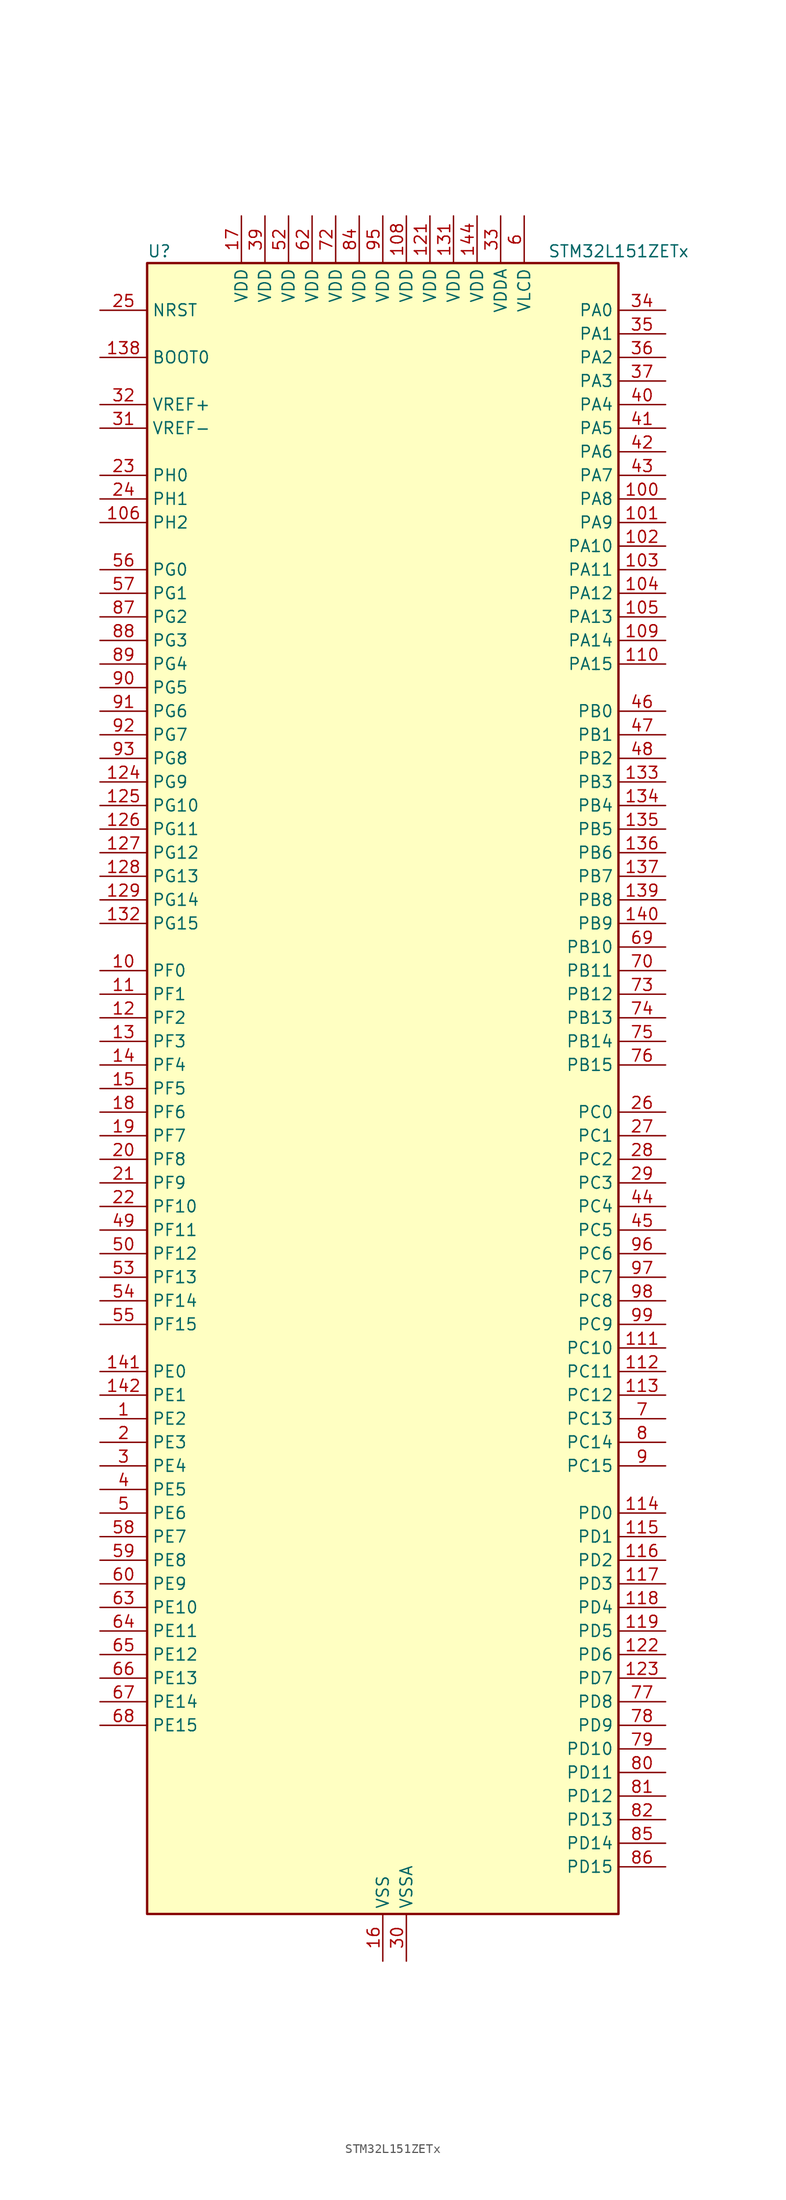
<source format=kicad_sym>
(kicad_symbol_lib
  (version 20241209)
  (generator "kicad_symbol_editor")
  (generator_version "9.0")
  (symbol "STM32L151ZETx"
    (property "Reference" "U"
      (at -25.4 90.17 0)
      (effects (font (size 1.27 1.27)) (justify left)))
    (property "Value" "STM32L151ZETx"
      (at 17.78 90.17 0)
      (effects (font (size 1.27 1.27)) (justify left)))
    (symbol "STM32L151ZETx_0_1"
      (rectangle (start -25.4 -88.9) (end 25.4 88.9) (stroke (width 0.254) (type default)) (fill (type background))))
    (symbol "STM32L151ZETx_1_1"
      (pin input line (at -30.48 83.82 0) (length 5.08) (name "NRST" (effects (font (size 1.27 1.27)))) (number "25" (effects (font (size 1.27 1.27)))))
      (pin input line (at -30.48 78.74 0) (length 5.08) (name "BOOT0" (effects (font (size 1.27 1.27)))) (number "138" (effects (font (size 1.27 1.27)))))
      (pin input line (at -30.48 73.66 0) (length 5.08) (name "VREF+" (effects (font (size 1.27 1.27)))) (number "32" (effects (font (size 1.27 1.27)))))
      (pin input line (at -30.48 71.12 0) (length 5.08) (name "VREF-" (effects (font (size 1.27 1.27)))) (number "31" (effects (font (size 1.27 1.27)))))
      (pin bidirectional line (at -30.48 66.04 0) (length 5.08) (name "PH0" (effects (font (size 1.27 1.27)))) (number "23" (effects (font (size 1.27 1.27)))) (alternate "RCC_OSC_IN" bidirectional line))
      (pin bidirectional line (at -30.48 63.5 0) (length 5.08) (name "PH1" (effects (font (size 1.27 1.27)))) (number "24" (effects (font (size 1.27 1.27)))) (alternate "RCC_OSC_OUT" bidirectional line))
      (pin bidirectional line (at -30.48 60.96 0) (length 5.08) (name "PH2" (effects (font (size 1.27 1.27)))) (number "106" (effects (font (size 1.27 1.27)))))
      (pin bidirectional line (at -30.48 55.88 0) (length 5.08) (name "PG0" (effects (font (size 1.27 1.27)))) (number "56" (effects (font (size 1.27 1.27)))) (alternate "ADC_IN8b" bidirectional line) (alternate "TS_G2_IO4" bidirectional line))
      (pin bidirectional line (at -30.48 53.34 0) (length 5.08) (name "PG1" (effects (font (size 1.27 1.27)))) (number "57" (effects (font (size 1.27 1.27)))) (alternate "ADC_IN9b" bidirectional line) (alternate "TS_G2_IO5" bidirectional line))
      (pin bidirectional line (at -30.48 50.8 0) (length 5.08) (name "PG2" (effects (font (size 1.27 1.27)))) (number "87" (effects (font (size 1.27 1.27)))) (alternate "ADC_IN10b" bidirectional line) (alternate "TS_G7_IO5" bidirectional line))
      (pin bidirectional line (at -30.48 48.26 0) (length 5.08) (name "PG3" (effects (font (size 1.27 1.27)))) (number "88" (effects (font (size 1.27 1.27)))) (alternate "ADC_IN11b" bidirectional line) (alternate "TS_G7_IO6" bidirectional line))
      (pin bidirectional line (at -30.48 45.72 0) (length 5.08) (name "PG4" (effects (font (size 1.27 1.27)))) (number "89" (effects (font (size 1.27 1.27)))) (alternate "ADC_IN12b" bidirectional line) (alternate "TS_G7_IO7" bidirectional line))
      (pin bidirectional line (at -30.48 43.18 0) (length 5.08) (name "PG5" (effects (font (size 1.27 1.27)))) (number "90" (effects (font (size 1.27 1.27)))))
      (pin bidirectional line (at -30.48 40.64 0) (length 5.08) (name "PG6" (effects (font (size 1.27 1.27)))) (number "91" (effects (font (size 1.27 1.27)))))
      (pin bidirectional line (at -30.48 38.1 0) (length 5.08) (name "PG7" (effects (font (size 1.27 1.27)))) (number "92" (effects (font (size 1.27 1.27)))))
      (pin bidirectional line (at -30.48 35.56 0) (length 5.08) (name "PG8" (effects (font (size 1.27 1.27)))) (number "93" (effects (font (size 1.27 1.27)))))
      (pin bidirectional line (at -30.48 33.02 0) (length 5.08) (name "PG9" (effects (font (size 1.27 1.27)))) (number "124" (effects (font (size 1.27 1.27)))) (alternate "DAC_EXTI9" bidirectional line))
      (pin bidirectional line (at -30.48 30.48 0) (length 5.08) (name "PG10" (effects (font (size 1.27 1.27)))) (number "125" (effects (font (size 1.27 1.27)))))
      (pin bidirectional line (at -30.48 27.94 0) (length 5.08) (name "PG11" (effects (font (size 1.27 1.27)))) (number "126" (effects (font (size 1.27 1.27)))) (alternate "ADC_EXTI11" bidirectional line))
      (pin bidirectional line (at -30.48 25.4 0) (length 5.08) (name "PG12" (effects (font (size 1.27 1.27)))) (number "127" (effects (font (size 1.27 1.27)))))
      (pin bidirectional line (at -30.48 22.86 0) (length 5.08) (name "PG13" (effects (font (size 1.27 1.27)))) (number "128" (effects (font (size 1.27 1.27)))))
      (pin bidirectional line (at -30.48 20.32 0) (length 5.08) (name "PG14" (effects (font (size 1.27 1.27)))) (number "129" (effects (font (size 1.27 1.27)))))
      (pin bidirectional line (at -30.48 17.78 0) (length 5.08) (name "PG15" (effects (font (size 1.27 1.27)))) (number "132" (effects (font (size 1.27 1.27)))) (alternate "ADC_EXTI15" bidirectional line))
      (pin bidirectional line (at -30.48 12.7 0) (length 5.08) (name "PF0" (effects (font (size 1.27 1.27)))) (number "10" (effects (font (size 1.27 1.27)))))
      (pin bidirectional line (at -30.48 10.16 0) (length 5.08) (name "PF1" (effects (font (size 1.27 1.27)))) (number "11" (effects (font (size 1.27 1.27)))))
      (pin bidirectional line (at -30.48 7.62 0) (length 5.08) (name "PF2" (effects (font (size 1.27 1.27)))) (number "12" (effects (font (size 1.27 1.27)))))
      (pin bidirectional line (at -30.48 5.08 0) (length 5.08) (name "PF3" (effects (font (size 1.27 1.27)))) (number "13" (effects (font (size 1.27 1.27)))))
      (pin bidirectional line (at -30.48 2.54 0) (length 5.08) (name "PF4" (effects (font (size 1.27 1.27)))) (number "14" (effects (font (size 1.27 1.27)))))
      (pin bidirectional line (at -30.48 0 0) (length 5.08) (name "PF5" (effects (font (size 1.27 1.27)))) (number "15" (effects (font (size 1.27 1.27)))))
      (pin bidirectional line (at -30.48 -2.54 0) (length 5.08) (name "PF6" (effects (font (size 1.27 1.27)))) (number "18" (effects (font (size 1.27 1.27)))) (alternate "ADC_IN27" bidirectional line) (alternate "TIM5_CH1" bidirectional line) (alternate "TIM5_ETR" bidirectional line) (alternate "TS_G11_IO1" bidirectional line))
      (pin bidirectional line (at -30.48 -5.08 0) (length 5.08) (name "PF7" (effects (font (size 1.27 1.27)))) (number "19" (effects (font (size 1.27 1.27)))) (alternate "ADC_IN28" bidirectional line) (alternate "COMP1_INP" bidirectional line) (alternate "TIM5_CH2" bidirectional line) (alternate "TS_G11_IO2" bidirectional line))
      (pin bidirectional line (at -30.48 -7.62 0) (length 5.08) (name "PF8" (effects (font (size 1.27 1.27)))) (number "20" (effects (font (size 1.27 1.27)))) (alternate "ADC_IN29" bidirectional line) (alternate "COMP1_INP" bidirectional line) (alternate "TIM5_CH3" bidirectional line) (alternate "TS_G11_IO3" bidirectional line))
      (pin bidirectional line (at -30.48 -10.16 0) (length 5.08) (name "PF9" (effects (font (size 1.27 1.27)))) (number "21" (effects (font (size 1.27 1.27)))) (alternate "ADC_IN30" bidirectional line) (alternate "COMP1_INP" bidirectional line) (alternate "DAC_EXTI9" bidirectional line) (alternate "TIM5_CH4" bidirectional line) (alternate "TS_G11_IO4" bidirectional line))
      (pin bidirectional line (at -30.48 -12.7 0) (length 5.08) (name "PF10" (effects (font (size 1.27 1.27)))) (number "22" (effects (font (size 1.27 1.27)))) (alternate "ADC_IN31" bidirectional line) (alternate "COMP1_INP" bidirectional line) (alternate "TS_G11_IO5" bidirectional line))
      (pin bidirectional line (at -30.48 -15.24 0) (length 5.08) (name "PF11" (effects (font (size 1.27 1.27)))) (number "49" (effects (font (size 1.27 1.27)))) (alternate "ADC_EXTI11" bidirectional line) (alternate "ADC_IN1b" bidirectional line) (alternate "TS_G3_IO4" bidirectional line))
      (pin bidirectional line (at -30.48 -17.78 0) (length 5.08) (name "PF12" (effects (font (size 1.27 1.27)))) (number "50" (effects (font (size 1.27 1.27)))) (alternate "ADC_IN2b" bidirectional line) (alternate "TS_G3_IO5" bidirectional line))
      (pin bidirectional line (at -30.48 -20.32 0) (length 5.08) (name "PF13" (effects (font (size 1.27 1.27)))) (number "53" (effects (font (size 1.27 1.27)))) (alternate "ADC_IN3b" bidirectional line) (alternate "TS_G9_IO3" bidirectional line))
      (pin bidirectional line (at -30.48 -22.86 0) (length 5.08) (name "PF14" (effects (font (size 1.27 1.27)))) (number "54" (effects (font (size 1.27 1.27)))) (alternate "ADC_IN6b" bidirectional line) (alternate "TS_G9_IO4" bidirectional line))
      (pin bidirectional line (at -30.48 -25.4 0) (length 5.08) (name "PF15" (effects (font (size 1.27 1.27)))) (number "55" (effects (font (size 1.27 1.27)))) (alternate "ADC_EXTI15" bidirectional line) (alternate "ADC_IN7b" bidirectional line) (alternate "TS_G2_IO3" bidirectional line))
      (pin bidirectional line (at -30.48 -30.48 0) (length 5.08) (name "PE0" (effects (font (size 1.27 1.27)))) (number "141" (effects (font (size 1.27 1.27)))) (alternate "TIM10_CH1" bidirectional line) (alternate "TIM4_ETR" bidirectional line) (alternate "TIMX_IC1" bidirectional line))
      (pin bidirectional line (at -30.48 -33.02 0) (length 5.08) (name "PE1" (effects (font (size 1.27 1.27)))) (number "142" (effects (font (size 1.27 1.27)))) (alternate "TIM11_CH1" bidirectional line) (alternate "TIMX_IC2" bidirectional line))
      (pin bidirectional line (at -30.48 -35.56 0) (length 5.08) (name "PE2" (effects (font (size 1.27 1.27)))) (number "1" (effects (font (size 1.27 1.27)))) (alternate "SYS_TRACECK" bidirectional line) (alternate "TIM3_ETR" bidirectional line) (alternate "TIMX_IC3" bidirectional line))
      (pin bidirectional line (at -30.48 -38.1 0) (length 5.08) (name "PE3" (effects (font (size 1.27 1.27)))) (number "2" (effects (font (size 1.27 1.27)))) (alternate "SYS_TRACED0" bidirectional line) (alternate "TIM3_CH1" bidirectional line) (alternate "TIMX_IC4" bidirectional line))
      (pin bidirectional line (at -30.48 -40.64 0) (length 5.08) (name "PE4" (effects (font (size 1.27 1.27)))) (number "3" (effects (font (size 1.27 1.27)))) (alternate "SYS_TRACED1" bidirectional line) (alternate "TIM3_CH2" bidirectional line) (alternate "TIMX_IC1" bidirectional line))
      (pin bidirectional line (at -30.48 -43.18 0) (length 5.08) (name "PE5" (effects (font (size 1.27 1.27)))) (number "4" (effects (font (size 1.27 1.27)))) (alternate "SYS_TRACED2" bidirectional line) (alternate "TIM9_CH1" bidirectional line) (alternate "TIMX_IC2" bidirectional line))
      (pin bidirectional line (at -30.48 -45.72 0) (length 5.08) (name "PE6" (effects (font (size 1.27 1.27)))) (number "5" (effects (font (size 1.27 1.27)))) (alternate "RTC_TAMP3" bidirectional line) (alternate "SYS_TRACED3" bidirectional line) (alternate "SYS_WKUP3" bidirectional line) (alternate "TIM9_CH2" bidirectional line) (alternate "TIMX_IC3" bidirectional line))
      (pin bidirectional line (at -30.48 -48.26 0) (length 5.08) (name "PE7" (effects (font (size 1.27 1.27)))) (number "58" (effects (font (size 1.27 1.27)))) (alternate "ADC_IN22" bidirectional line) (alternate "COMP1_INP" bidirectional line) (alternate "TIMX_IC4" bidirectional line))
      (pin bidirectional line (at -30.48 -50.8 0) (length 5.08) (name "PE8" (effects (font (size 1.27 1.27)))) (number "59" (effects (font (size 1.27 1.27)))) (alternate "ADC_IN23" bidirectional line) (alternate "COMP1_INP" bidirectional line) (alternate "TIMX_IC1" bidirectional line))
      (pin bidirectional line (at -30.48 -53.34 0) (length 5.08) (name "PE9" (effects (font (size 1.27 1.27)))) (number "60" (effects (font (size 1.27 1.27)))) (alternate "ADC_IN24" bidirectional line) (alternate "COMP1_INP" bidirectional line) (alternate "DAC_EXTI9" bidirectional line) (alternate "TIM2_CH1" bidirectional line) (alternate "TIM2_ETR" bidirectional line) (alternate "TIMX_IC2" bidirectional line))
      (pin bidirectional line (at -30.48 -55.88 0) (length 5.08) (name "PE10" (effects (font (size 1.27 1.27)))) (number "63" (effects (font (size 1.27 1.27)))) (alternate "ADC_IN25" bidirectional line) (alternate "COMP1_INP" bidirectional line) (alternate "TIM2_CH2" bidirectional line) (alternate "TIMX_IC3" bidirectional line))
      (pin bidirectional line (at -30.48 -58.42 0) (length 5.08) (name "PE11" (effects (font (size 1.27 1.27)))) (number "64" (effects (font (size 1.27 1.27)))) (alternate "ADC_EXTI11" bidirectional line) (alternate "TIM2_CH3" bidirectional line) (alternate "TIMX_IC4" bidirectional line))
      (pin bidirectional line (at -30.48 -60.96 0) (length 5.08) (name "PE12" (effects (font (size 1.27 1.27)))) (number "65" (effects (font (size 1.27 1.27)))) (alternate "SPI1_NSS" bidirectional line) (alternate "TIM2_CH4" bidirectional line) (alternate "TIMX_IC1" bidirectional line))
      (pin bidirectional line (at -30.48 -63.5 0) (length 5.08) (name "PE13" (effects (font (size 1.27 1.27)))) (number "66" (effects (font (size 1.27 1.27)))) (alternate "SPI1_SCK" bidirectional line) (alternate "TIMX_IC2" bidirectional line))
      (pin bidirectional line (at -30.48 -66.04 0) (length 5.08) (name "PE14" (effects (font (size 1.27 1.27)))) (number "67" (effects (font (size 1.27 1.27)))) (alternate "SPI1_MISO" bidirectional line) (alternate "TIMX_IC3" bidirectional line))
      (pin bidirectional line (at -30.48 -68.58 0) (length 5.08) (name "PE15" (effects (font (size 1.27 1.27)))) (number "68" (effects (font (size 1.27 1.27)))) (alternate "ADC_EXTI15" bidirectional line) (alternate "SPI1_MOSI" bidirectional line) (alternate "TIMX_IC4" bidirectional line))
      (pin power_in line (at -15.24 93.98 270) (length 5.08) (name "VDD" (effects (font (size 1.27 1.27)))) (number "17" (effects (font (size 1.27 1.27)))))
      (pin power_in line (at -12.7 93.98 270) (length 5.08) (name "VDD" (effects (font (size 1.27 1.27)))) (number "39" (effects (font (size 1.27 1.27)))))
      (pin power_in line (at -10.16 93.98 270) (length 5.08) (name "VDD" (effects (font (size 1.27 1.27)))) (number "52" (effects (font (size 1.27 1.27)))))
      (pin power_in line (at -7.62 93.98 270) (length 5.08) (name "VDD" (effects (font (size 1.27 1.27)))) (number "62" (effects (font (size 1.27 1.27)))))
      (pin power_in line (at -5.08 93.98 270) (length 5.08) (name "VDD" (effects (font (size 1.27 1.27)))) (number "72" (effects (font (size 1.27 1.27)))))
      (pin power_in line (at -2.54 93.98 270) (length 5.08) (name "VDD" (effects (font (size 1.27 1.27)))) (number "84" (effects (font (size 1.27 1.27)))))
      (pin power_in line (at 0 93.98 270) (length 5.08) (name "VDD" (effects (font (size 1.27 1.27)))) (number "95" (effects (font (size 1.27 1.27)))))
      (pin passive line (at 0 -93.98 90) (length 5.08) (hide yes) (name "VSS" (effects (font (size 1.27 1.27)))) (number "107" (effects (font (size 1.27 1.27)))))
      (pin passive line (at 0 -93.98 90) (length 5.08) (hide yes) (name "VSS" (effects (font (size 1.27 1.27)))) (number "120" (effects (font (size 1.27 1.27)))))
      (pin passive line (at 0 -93.98 90) (length 5.08) (hide yes) (name "VSS" (effects (font (size 1.27 1.27)))) (number "130" (effects (font (size 1.27 1.27)))))
      (pin passive line (at 0 -93.98 90) (length 5.08) (hide yes) (name "VSS" (effects (font (size 1.27 1.27)))) (number "143" (effects (font (size 1.27 1.27)))))
      (pin power_in line (at 0 -93.98 90) (length 5.08) (name "VSS" (effects (font (size 1.27 1.27)))) (number "16" (effects (font (size 1.27 1.27)))))
      (pin passive line (at 0 -93.98 90) (length 5.08) (hide yes) (name "VSS" (effects (font (size 1.27 1.27)))) (number "38" (effects (font (size 1.27 1.27)))))
      (pin passive line (at 0 -93.98 90) (length 5.08) (hide yes) (name "VSS" (effects (font (size 1.27 1.27)))) (number "51" (effects (font (size 1.27 1.27)))))
      (pin passive line (at 0 -93.98 90) (length 5.08) (hide yes) (name "VSS" (effects (font (size 1.27 1.27)))) (number "61" (effects (font (size 1.27 1.27)))))
      (pin passive line (at 0 -93.98 90) (length 5.08) (hide yes) (name "VSS" (effects (font (size 1.27 1.27)))) (number "71" (effects (font (size 1.27 1.27)))))
      (pin passive line (at 0 -93.98 90) (length 5.08) (hide yes) (name "VSS" (effects (font (size 1.27 1.27)))) (number "83" (effects (font (size 1.27 1.27)))))
      (pin passive line (at 0 -93.98 90) (length 5.08) (hide yes) (name "VSS" (effects (font (size 1.27 1.27)))) (number "94" (effects (font (size 1.27 1.27)))))
      (pin power_in line (at 2.54 93.98 270) (length 5.08) (name "VDD" (effects (font (size 1.27 1.27)))) (number "108" (effects (font (size 1.27 1.27)))))
      (pin power_in line (at 2.54 -93.98 90) (length 5.08) (name "VSSA" (effects (font (size 1.27 1.27)))) (number "30" (effects (font (size 1.27 1.27)))))
      (pin power_in line (at 5.08 93.98 270) (length 5.08) (name "VDD" (effects (font (size 1.27 1.27)))) (number "121" (effects (font (size 1.27 1.27)))))
      (pin power_in line (at 7.62 93.98 270) (length 5.08) (name "VDD" (effects (font (size 1.27 1.27)))) (number "131" (effects (font (size 1.27 1.27)))))
      (pin power_in line (at 10.16 93.98 270) (length 5.08) (name "VDD" (effects (font (size 1.27 1.27)))) (number "144" (effects (font (size 1.27 1.27)))))
      (pin power_in line (at 12.7 93.98 270) (length 5.08) (name "VDDA" (effects (font (size 1.27 1.27)))) (number "33" (effects (font (size 1.27 1.27)))))
      (pin power_in line (at 15.24 93.98 270) (length 5.08) (name "VLCD" (effects (font (size 1.27 1.27)))) (number "6" (effects (font (size 1.27 1.27)))))
      (pin bidirectional line (at 30.48 83.82 180) (length 5.08) (name "PA0" (effects (font (size 1.27 1.27)))) (number "34" (effects (font (size 1.27 1.27)))) (alternate "ADC_IN0" bidirectional line) (alternate "COMP1_INP" bidirectional line) (alternate "RTC_TAMP2" bidirectional line) (alternate "SYS_WKUP1" bidirectional line) (alternate "TIM2_CH1" bidirectional line) (alternate "TIM2_ETR" bidirectional line) (alternate "TIM5_CH1" bidirectional line) (alternate "TIMX_IC1" bidirectional line) (alternate "TS_G1_IO1" bidirectional line) (alternate "USART2_CTS" bidirectional line))
      (pin bidirectional line (at 30.48 81.28 180) (length 5.08) (name "PA1" (effects (font (size 1.27 1.27)))) (number "35" (effects (font (size 1.27 1.27)))) (alternate "ADC_IN1" bidirectional line) (alternate "COMP1_INP" bidirectional line) (alternate "OPAMP1_VINP" bidirectional line) (alternate "TIM2_CH2" bidirectional line) (alternate "TIM5_CH2" bidirectional line) (alternate "TIMX_IC2" bidirectional line) (alternate "TS_G1_IO2" bidirectional line) (alternate "USART2_RTS" bidirectional line))
      (pin bidirectional line (at 30.48 78.74 180) (length 5.08) (name "PA2" (effects (font (size 1.27 1.27)))) (number "36" (effects (font (size 1.27 1.27)))) (alternate "ADC_IN2" bidirectional line) (alternate "COMP1_INP" bidirectional line) (alternate "OPAMP1_VINM" bidirectional line) (alternate "TIM2_CH3" bidirectional line) (alternate "TIM5_CH3" bidirectional line) (alternate "TIM9_CH1" bidirectional line) (alternate "TIMX_IC3" bidirectional line) (alternate "TS_G1_IO3" bidirectional line) (alternate "USART2_TX" bidirectional line))
      (pin bidirectional line (at 30.48 76.2 180) (length 5.08) (name "PA3" (effects (font (size 1.27 1.27)))) (number "37" (effects (font (size 1.27 1.27)))) (alternate "ADC_IN3" bidirectional line) (alternate "COMP1_INP" bidirectional line) (alternate "OPAMP1_VOUT" bidirectional line) (alternate "TIM2_CH4" bidirectional line) (alternate "TIM5_CH4" bidirectional line) (alternate "TIM9_CH2" bidirectional line) (alternate "TIMX_IC4" bidirectional line) (alternate "TS_G1_IO4" bidirectional line) (alternate "USART2_RX" bidirectional line))
      (pin bidirectional line (at 30.48 73.66 180) (length 5.08) (name "PA4" (effects (font (size 1.27 1.27)))) (number "40" (effects (font (size 1.27 1.27)))) (alternate "ADC_IN4" bidirectional line) (alternate "COMP1_INP" bidirectional line) (alternate "DAC_OUT1" bidirectional line) (alternate "I2S3_WS" bidirectional line) (alternate "SPI1_NSS" bidirectional line) (alternate "SPI3_NSS" bidirectional line) (alternate "TIMX_IC1" bidirectional line) (alternate "USART2_CK" bidirectional line))
      (pin bidirectional line (at 30.48 71.12 180) (length 5.08) (name "PA5" (effects (font (size 1.27 1.27)))) (number "41" (effects (font (size 1.27 1.27)))) (alternate "ADC_IN5" bidirectional line) (alternate "COMP1_INP" bidirectional line) (alternate "DAC_OUT2" bidirectional line) (alternate "SPI1_SCK" bidirectional line) (alternate "TIM2_CH1" bidirectional line) (alternate "TIM2_ETR" bidirectional line) (alternate "TIMX_IC2" bidirectional line))
      (pin bidirectional line (at 30.48 68.58 180) (length 5.08) (name "PA6" (effects (font (size 1.27 1.27)))) (number "42" (effects (font (size 1.27 1.27)))) (alternate "ADC_IN6" bidirectional line) (alternate "COMP1_INP" bidirectional line) (alternate "OPAMP2_VINP" bidirectional line) (alternate "SPI1_MISO" bidirectional line) (alternate "TIM10_CH1" bidirectional line) (alternate "TIM3_CH1" bidirectional line) (alternate "TIMX_IC3" bidirectional line) (alternate "TS_G2_IO1" bidirectional line))
      (pin bidirectional line (at 30.48 66.04 180) (length 5.08) (name "PA7" (effects (font (size 1.27 1.27)))) (number "43" (effects (font (size 1.27 1.27)))) (alternate "ADC_IN7" bidirectional line) (alternate "COMP1_INP" bidirectional line) (alternate "OPAMP2_VINM" bidirectional line) (alternate "SPI1_MOSI" bidirectional line) (alternate "TIM11_CH1" bidirectional line) (alternate "TIM3_CH2" bidirectional line) (alternate "TIMX_IC4" bidirectional line) (alternate "TS_G2_IO2" bidirectional line))
      (pin bidirectional line (at 30.48 63.5 180) (length 5.08) (name "PA8" (effects (font (size 1.27 1.27)))) (number "100" (effects (font (size 1.27 1.27)))) (alternate "RCC_MCO" bidirectional line) (alternate "TIMX_IC1" bidirectional line) (alternate "TS_G4_IO1" bidirectional line) (alternate "USART1_CK" bidirectional line))
      (pin bidirectional line (at 30.48 60.96 180) (length 5.08) (name "PA9" (effects (font (size 1.27 1.27)))) (number "101" (effects (font (size 1.27 1.27)))) (alternate "DAC_EXTI9" bidirectional line) (alternate "TIMX_IC2" bidirectional line) (alternate "TS_G4_IO2" bidirectional line) (alternate "USART1_TX" bidirectional line))
      (pin bidirectional line (at 30.48 58.42 180) (length 5.08) (name "PA10" (effects (font (size 1.27 1.27)))) (number "102" (effects (font (size 1.27 1.27)))) (alternate "TIMX_IC3" bidirectional line) (alternate "TS_G4_IO3" bidirectional line) (alternate "USART1_RX" bidirectional line))
      (pin bidirectional line (at 30.48 55.88 180) (length 5.08) (name "PA11" (effects (font (size 1.27 1.27)))) (number "103" (effects (font (size 1.27 1.27)))) (alternate "ADC_EXTI11" bidirectional line) (alternate "SPI1_MISO" bidirectional line) (alternate "TIMX_IC4" bidirectional line) (alternate "USART1_CTS" bidirectional line) (alternate "USB_DM" bidirectional line))
      (pin bidirectional line (at 30.48 53.34 180) (length 5.08) (name "PA12" (effects (font (size 1.27 1.27)))) (number "104" (effects (font (size 1.27 1.27)))) (alternate "SPI1_MOSI" bidirectional line) (alternate "TIMX_IC1" bidirectional line) (alternate "USART1_RTS" bidirectional line) (alternate "USB_DP" bidirectional line))
      (pin bidirectional line (at 30.48 50.8 180) (length 5.08) (name "PA13" (effects (font (size 1.27 1.27)))) (number "105" (effects (font (size 1.27 1.27)))) (alternate "SYS_JTMS-SWDIO" bidirectional line) (alternate "TIMX_IC2" bidirectional line) (alternate "TS_G5_IO1" bidirectional line))
      (pin bidirectional line (at 30.48 48.26 180) (length 5.08) (name "PA14" (effects (font (size 1.27 1.27)))) (number "109" (effects (font (size 1.27 1.27)))) (alternate "SYS_JTCK-SWCLK" bidirectional line) (alternate "TIMX_IC3" bidirectional line) (alternate "TS_G5_IO2" bidirectional line))
      (pin bidirectional line (at 30.48 45.72 180) (length 5.08) (name "PA15" (effects (font (size 1.27 1.27)))) (number "110" (effects (font (size 1.27 1.27)))) (alternate "ADC_EXTI15" bidirectional line) (alternate "I2S3_WS" bidirectional line) (alternate "SPI1_NSS" bidirectional line) (alternate "SPI3_NSS" bidirectional line) (alternate "SYS_JTDI" bidirectional line) (alternate "TIM2_CH1" bidirectional line) (alternate "TIM2_ETR" bidirectional line) (alternate "TIMX_IC4" bidirectional line) (alternate "TS_G5_IO3" bidirectional line))
      (pin bidirectional line (at 30.48 40.64 180) (length 5.08) (name "PB0" (effects (font (size 1.27 1.27)))) (number "46" (effects (font (size 1.27 1.27)))) (alternate "ADC_IN8" bidirectional line) (alternate "COMP1_INP" bidirectional line) (alternate "OPAMP2_VOUT" bidirectional line) (alternate "SYS_V_REF_OUT" bidirectional line) (alternate "TIM3_CH3" bidirectional line) (alternate "TS_G3_IO1" bidirectional line))
      (pin bidirectional line (at 30.48 38.1 180) (length 5.08) (name "PB1" (effects (font (size 1.27 1.27)))) (number "47" (effects (font (size 1.27 1.27)))) (alternate "ADC_IN9" bidirectional line) (alternate "COMP1_INP" bidirectional line) (alternate "SYS_V_REF_OUT" bidirectional line) (alternate "TIM3_CH4" bidirectional line) (alternate "TS_G3_IO2" bidirectional line))
      (pin bidirectional line (at 30.48 35.56 180) (length 5.08) (name "PB2" (effects (font (size 1.27 1.27)))) (number "48" (effects (font (size 1.27 1.27)))) (alternate "ADC_IN0b" bidirectional line) (alternate "TS_G3_IO3" bidirectional line))
      (pin bidirectional line (at 30.48 33.02 180) (length 5.08) (name "PB3" (effects (font (size 1.27 1.27)))) (number "133" (effects (font (size 1.27 1.27)))) (alternate "COMP2_INM" bidirectional line) (alternate "I2S3_CK" bidirectional line) (alternate "SPI1_SCK" bidirectional line) (alternate "SPI3_SCK" bidirectional line) (alternate "SYS_JTDO-TRACESWO" bidirectional line) (alternate "TIM2_CH2" bidirectional line))
      (pin bidirectional line (at 30.48 30.48 180) (length 5.08) (name "PB4" (effects (font (size 1.27 1.27)))) (number "134" (effects (font (size 1.27 1.27)))) (alternate "COMP2_INP" bidirectional line) (alternate "SPI1_MISO" bidirectional line) (alternate "SPI3_MISO" bidirectional line) (alternate "SYS_JTRST" bidirectional line) (alternate "TIM3_CH1" bidirectional line) (alternate "TS_G6_IO1" bidirectional line))
      (pin bidirectional line (at 30.48 27.94 180) (length 5.08) (name "PB5" (effects (font (size 1.27 1.27)))) (number "135" (effects (font (size 1.27 1.27)))) (alternate "COMP2_INP" bidirectional line) (alternate "I2C1_SMBA" bidirectional line) (alternate "I2S3_SD" bidirectional line) (alternate "SPI1_MOSI" bidirectional line) (alternate "SPI3_MOSI" bidirectional line) (alternate "TIM3_CH2" bidirectional line) (alternate "TS_G6_IO2" bidirectional line))
      (pin bidirectional line (at 30.48 25.4 180) (length 5.08) (name "PB6" (effects (font (size 1.27 1.27)))) (number "136" (effects (font (size 1.27 1.27)))) (alternate "COMP2_INP" bidirectional line) (alternate "I2C1_SCL" bidirectional line) (alternate "TIM4_CH1" bidirectional line) (alternate "TS_G6_IO3" bidirectional line) (alternate "USART1_TX" bidirectional line))
      (pin bidirectional line (at 30.48 22.86 180) (length 5.08) (name "PB7" (effects (font (size 1.27 1.27)))) (number "137" (effects (font (size 1.27 1.27)))) (alternate "COMP2_INP" bidirectional line) (alternate "I2C1_SDA" bidirectional line) (alternate "SYS_PVD_IN" bidirectional line) (alternate "TIM4_CH2" bidirectional line) (alternate "TS_G6_IO4" bidirectional line) (alternate "USART1_RX" bidirectional line))
      (pin bidirectional line (at 30.48 20.32 180) (length 5.08) (name "PB8" (effects (font (size 1.27 1.27)))) (number "139" (effects (font (size 1.27 1.27)))) (alternate "I2C1_SCL" bidirectional line) (alternate "TIM10_CH1" bidirectional line) (alternate "TIM4_CH3" bidirectional line))
      (pin bidirectional line (at 30.48 17.78 180) (length 5.08) (name "PB9" (effects (font (size 1.27 1.27)))) (number "140" (effects (font (size 1.27 1.27)))) (alternate "DAC_EXTI9" bidirectional line) (alternate "I2C1_SDA" bidirectional line) (alternate "TIM11_CH1" bidirectional line) (alternate "TIM4_CH4" bidirectional line))
      (pin bidirectional line (at 30.48 15.24 180) (length 5.08) (name "PB10" (effects (font (size 1.27 1.27)))) (number "69" (effects (font (size 1.27 1.27)))) (alternate "I2C2_SCL" bidirectional line) (alternate "TIM2_CH3" bidirectional line) (alternate "USART3_TX" bidirectional line))
      (pin bidirectional line (at 30.48 12.7 180) (length 5.08) (name "PB11" (effects (font (size 1.27 1.27)))) (number "70" (effects (font (size 1.27 1.27)))) (alternate "ADC_EXTI11" bidirectional line) (alternate "I2C2_SDA" bidirectional line) (alternate "TIM2_CH4" bidirectional line) (alternate "USART3_RX" bidirectional line))
      (pin bidirectional line (at 30.48 10.16 180) (length 5.08) (name "PB12" (effects (font (size 1.27 1.27)))) (number "73" (effects (font (size 1.27 1.27)))) (alternate "ADC_IN18" bidirectional line) (alternate "COMP1_INP" bidirectional line) (alternate "I2C2_SMBA" bidirectional line) (alternate "I2S2_WS" bidirectional line) (alternate "SPI2_NSS" bidirectional line) (alternate "TIM10_CH1" bidirectional line) (alternate "TS_G7_IO1" bidirectional line) (alternate "USART3_CK" bidirectional line))
      (pin bidirectional line (at 30.48 7.62 180) (length 5.08) (name "PB13" (effects (font (size 1.27 1.27)))) (number "74" (effects (font (size 1.27 1.27)))) (alternate "ADC_IN19" bidirectional line) (alternate "COMP1_INP" bidirectional line) (alternate "I2S2_CK" bidirectional line) (alternate "SPI2_SCK" bidirectional line) (alternate "TIM9_CH1" bidirectional line) (alternate "TS_G7_IO2" bidirectional line) (alternate "USART3_CTS" bidirectional line))
      (pin bidirectional line (at 30.48 5.08 180) (length 5.08) (name "PB14" (effects (font (size 1.27 1.27)))) (number "75" (effects (font (size 1.27 1.27)))) (alternate "ADC_IN20" bidirectional line) (alternate "COMP1_INP" bidirectional line) (alternate "SPI2_MISO" bidirectional line) (alternate "TIM9_CH2" bidirectional line) (alternate "TS_G7_IO3" bidirectional line) (alternate "USART3_RTS" bidirectional line))
      (pin bidirectional line (at 30.48 2.54 180) (length 5.08) (name "PB15" (effects (font (size 1.27 1.27)))) (number "76" (effects (font (size 1.27 1.27)))) (alternate "ADC_EXTI15" bidirectional line) (alternate "ADC_IN21" bidirectional line) (alternate "COMP1_INP" bidirectional line) (alternate "I2S2_SD" bidirectional line) (alternate "RTC_REFIN" bidirectional line) (alternate "SPI2_MOSI" bidirectional line) (alternate "TIM11_CH1" bidirectional line) (alternate "TS_G7_IO4" bidirectional line))
      (pin bidirectional line (at 30.48 -2.54 180) (length 5.08) (name "PC0" (effects (font (size 1.27 1.27)))) (number "26" (effects (font (size 1.27 1.27)))) (alternate "ADC_IN10" bidirectional line) (alternate "COMP1_INP" bidirectional line) (alternate "TIMX_IC1" bidirectional line) (alternate "TS_G8_IO1" bidirectional line))
      (pin bidirectional line (at 30.48 -5.08 180) (length 5.08) (name "PC1" (effects (font (size 1.27 1.27)))) (number "27" (effects (font (size 1.27 1.27)))) (alternate "ADC_IN11" bidirectional line) (alternate "COMP1_INP" bidirectional line) (alternate "TIMX_IC2" bidirectional line) (alternate "TS_G8_IO2" bidirectional line))
      (pin bidirectional line (at 30.48 -7.62 180) (length 5.08) (name "PC2" (effects (font (size 1.27 1.27)))) (number "28" (effects (font (size 1.27 1.27)))) (alternate "ADC_IN12" bidirectional line) (alternate "COMP1_INP" bidirectional line) (alternate "TIMX_IC3" bidirectional line) (alternate "TS_G8_IO3" bidirectional line))
      (pin bidirectional line (at 30.48 -10.16 180) (length 5.08) (name "PC3" (effects (font (size 1.27 1.27)))) (number "29" (effects (font (size 1.27 1.27)))) (alternate "ADC_IN13" bidirectional line) (alternate "COMP1_INP" bidirectional line) (alternate "TIMX_IC4" bidirectional line) (alternate "TS_G8_IO4" bidirectional line))
      (pin bidirectional line (at 30.48 -12.7 180) (length 5.08) (name "PC4" (effects (font (size 1.27 1.27)))) (number "44" (effects (font (size 1.27 1.27)))) (alternate "ADC_IN14" bidirectional line) (alternate "COMP1_INP" bidirectional line) (alternate "TIMX_IC1" bidirectional line) (alternate "TS_G9_IO1" bidirectional line))
      (pin bidirectional line (at 30.48 -15.24 180) (length 5.08) (name "PC5" (effects (font (size 1.27 1.27)))) (number "45" (effects (font (size 1.27 1.27)))) (alternate "ADC_IN15" bidirectional line) (alternate "COMP1_INP" bidirectional line) (alternate "TIMX_IC2" bidirectional line) (alternate "TS_G9_IO2" bidirectional line))
      (pin bidirectional line (at 30.48 -17.78 180) (length 5.08) (name "PC6" (effects (font (size 1.27 1.27)))) (number "96" (effects (font (size 1.27 1.27)))) (alternate "I2S2_MCK" bidirectional line) (alternate "TIM3_CH1" bidirectional line) (alternate "TIMX_IC3" bidirectional line) (alternate "TS_G10_IO1" bidirectional line))
      (pin bidirectional line (at 30.48 -20.32 180) (length 5.08) (name "PC7" (effects (font (size 1.27 1.27)))) (number "97" (effects (font (size 1.27 1.27)))) (alternate "I2S3_MCK" bidirectional line) (alternate "TIM3_CH2" bidirectional line) (alternate "TIMX_IC4" bidirectional line) (alternate "TS_G10_IO2" bidirectional line))
      (pin bidirectional line (at 30.48 -22.86 180) (length 5.08) (name "PC8" (effects (font (size 1.27 1.27)))) (number "98" (effects (font (size 1.27 1.27)))) (alternate "TIM3_CH3" bidirectional line) (alternate "TIMX_IC1" bidirectional line) (alternate "TS_G10_IO3" bidirectional line))
      (pin bidirectional line (at 30.48 -25.4 180) (length 5.08) (name "PC9" (effects (font (size 1.27 1.27)))) (number "99" (effects (font (size 1.27 1.27)))) (alternate "DAC_EXTI9" bidirectional line) (alternate "TIM3_CH4" bidirectional line) (alternate "TIMX_IC2" bidirectional line) (alternate "TS_G10_IO4" bidirectional line))
      (pin bidirectional line (at 30.48 -27.94 180) (length 5.08) (name "PC10" (effects (font (size 1.27 1.27)))) (number "111" (effects (font (size 1.27 1.27)))) (alternate "I2S3_CK" bidirectional line) (alternate "SPI3_SCK" bidirectional line) (alternate "TIMX_IC3" bidirectional line) (alternate "UART4_TX" bidirectional line) (alternate "USART3_TX" bidirectional line))
      (pin bidirectional line (at 30.48 -30.48 180) (length 5.08) (name "PC11" (effects (font (size 1.27 1.27)))) (number "112" (effects (font (size 1.27 1.27)))) (alternate "ADC_EXTI11" bidirectional line) (alternate "SPI3_MISO" bidirectional line) (alternate "TIMX_IC4" bidirectional line) (alternate "UART4_RX" bidirectional line) (alternate "USART3_RX" bidirectional line))
      (pin bidirectional line (at 30.48 -33.02 180) (length 5.08) (name "PC12" (effects (font (size 1.27 1.27)))) (number "113" (effects (font (size 1.27 1.27)))) (alternate "I2S3_SD" bidirectional line) (alternate "SPI3_MOSI" bidirectional line) (alternate "TIMX_IC1" bidirectional line) (alternate "UART5_TX" bidirectional line) (alternate "USART3_CK" bidirectional line))
      (pin bidirectional line (at 30.48 -35.56 180) (length 5.08) (name "PC13" (effects (font (size 1.27 1.27)))) (number "7" (effects (font (size 1.27 1.27)))) (alternate "RTC_OUT_ALARM" bidirectional line) (alternate "RTC_OUT_CALIB" bidirectional line) (alternate "RTC_TAMP1" bidirectional line) (alternate "RTC_TS" bidirectional line) (alternate "SYS_WKUP2" bidirectional line) (alternate "TIMX_IC2" bidirectional line))
      (pin bidirectional line (at 30.48 -38.1 180) (length 5.08) (name "PC14" (effects (font (size 1.27 1.27)))) (number "8" (effects (font (size 1.27 1.27)))) (alternate "RCC_OSC32_IN" bidirectional line) (alternate "TIMX_IC3" bidirectional line))
      (pin bidirectional line (at 30.48 -40.64 180) (length 5.08) (name "PC15" (effects (font (size 1.27 1.27)))) (number "9" (effects (font (size 1.27 1.27)))) (alternate "ADC_EXTI15" bidirectional line) (alternate "RCC_OSC32_OUT" bidirectional line) (alternate "TIMX_IC4" bidirectional line))
      (pin bidirectional line (at 30.48 -45.72 180) (length 5.08) (name "PD0" (effects (font (size 1.27 1.27)))) (number "114" (effects (font (size 1.27 1.27)))) (alternate "I2S2_WS" bidirectional line) (alternate "SPI2_NSS" bidirectional line) (alternate "TIM9_CH1" bidirectional line) (alternate "TIMX_IC1" bidirectional line))
      (pin bidirectional line (at 30.48 -48.26 180) (length 5.08) (name "PD1" (effects (font (size 1.27 1.27)))) (number "115" (effects (font (size 1.27 1.27)))) (alternate "I2S2_CK" bidirectional line) (alternate "SPI2_SCK" bidirectional line) (alternate "TIMX_IC2" bidirectional line))
      (pin bidirectional line (at 30.48 -50.8 180) (length 5.08) (name "PD2" (effects (font (size 1.27 1.27)))) (number "116" (effects (font (size 1.27 1.27)))) (alternate "TIM3_ETR" bidirectional line) (alternate "TIMX_IC3" bidirectional line) (alternate "UART5_RX" bidirectional line))
      (pin bidirectional line (at 30.48 -53.34 180) (length 5.08) (name "PD3" (effects (font (size 1.27 1.27)))) (number "117" (effects (font (size 1.27 1.27)))) (alternate "SPI2_MISO" bidirectional line) (alternate "TIMX_IC4" bidirectional line) (alternate "USART2_CTS" bidirectional line))
      (pin bidirectional line (at 30.48 -55.88 180) (length 5.08) (name "PD4" (effects (font (size 1.27 1.27)))) (number "118" (effects (font (size 1.27 1.27)))) (alternate "I2S2_SD" bidirectional line) (alternate "SPI2_MOSI" bidirectional line) (alternate "TIMX_IC1" bidirectional line) (alternate "USART2_RTS" bidirectional line))
      (pin bidirectional line (at 30.48 -58.42 180) (length 5.08) (name "PD5" (effects (font (size 1.27 1.27)))) (number "119" (effects (font (size 1.27 1.27)))) (alternate "TIMX_IC2" bidirectional line) (alternate "USART2_TX" bidirectional line))
      (pin bidirectional line (at 30.48 -60.96 180) (length 5.08) (name "PD6" (effects (font (size 1.27 1.27)))) (number "122" (effects (font (size 1.27 1.27)))) (alternate "TIMX_IC3" bidirectional line) (alternate "USART2_RX" bidirectional line))
      (pin bidirectional line (at 30.48 -63.5 180) (length 5.08) (name "PD7" (effects (font (size 1.27 1.27)))) (number "123" (effects (font (size 1.27 1.27)))) (alternate "TIM9_CH2" bidirectional line) (alternate "TIMX_IC4" bidirectional line) (alternate "USART2_CK" bidirectional line))
      (pin bidirectional line (at 30.48 -66.04 180) (length 5.08) (name "PD8" (effects (font (size 1.27 1.27)))) (number "77" (effects (font (size 1.27 1.27)))) (alternate "TIMX_IC1" bidirectional line) (alternate "USART3_TX" bidirectional line))
      (pin bidirectional line (at 30.48 -68.58 180) (length 5.08) (name "PD9" (effects (font (size 1.27 1.27)))) (number "78" (effects (font (size 1.27 1.27)))) (alternate "DAC_EXTI9" bidirectional line) (alternate "TIMX_IC2" bidirectional line) (alternate "USART3_RX" bidirectional line))
      (pin bidirectional line (at 30.48 -71.12 180) (length 5.08) (name "PD10" (effects (font (size 1.27 1.27)))) (number "79" (effects (font (size 1.27 1.27)))) (alternate "TIMX_IC3" bidirectional line) (alternate "USART3_CK" bidirectional line))
      (pin bidirectional line (at 30.48 -73.66 180) (length 5.08) (name "PD11" (effects (font (size 1.27 1.27)))) (number "80" (effects (font (size 1.27 1.27)))) (alternate "ADC_EXTI11" bidirectional line) (alternate "TIMX_IC4" bidirectional line) (alternate "USART3_CTS" bidirectional line))
      (pin bidirectional line (at 30.48 -76.2 180) (length 5.08) (name "PD12" (effects (font (size 1.27 1.27)))) (number "81" (effects (font (size 1.27 1.27)))) (alternate "TIM4_CH1" bidirectional line) (alternate "TIMX_IC1" bidirectional line) (alternate "USART3_RTS" bidirectional line))
      (pin bidirectional line (at 30.48 -78.74 180) (length 5.08) (name "PD13" (effects (font (size 1.27 1.27)))) (number "82" (effects (font (size 1.27 1.27)))) (alternate "TIM4_CH2" bidirectional line) (alternate "TIMX_IC2" bidirectional line))
      (pin bidirectional line (at 30.48 -81.28 180) (length 5.08) (name "PD14" (effects (font (size 1.27 1.27)))) (number "85" (effects (font (size 1.27 1.27)))) (alternate "TIM4_CH3" bidirectional line) (alternate "TIMX_IC3" bidirectional line))
      (pin bidirectional line (at 30.48 -83.82 180) (length 5.08) (name "PD15" (effects (font (size 1.27 1.27)))) (number "86" (effects (font (size 1.27 1.27)))) (alternate "ADC_EXTI15" bidirectional line) (alternate "TIM4_CH4" bidirectional line) (alternate "TIMX_IC4" bidirectional line)))))
</source>
